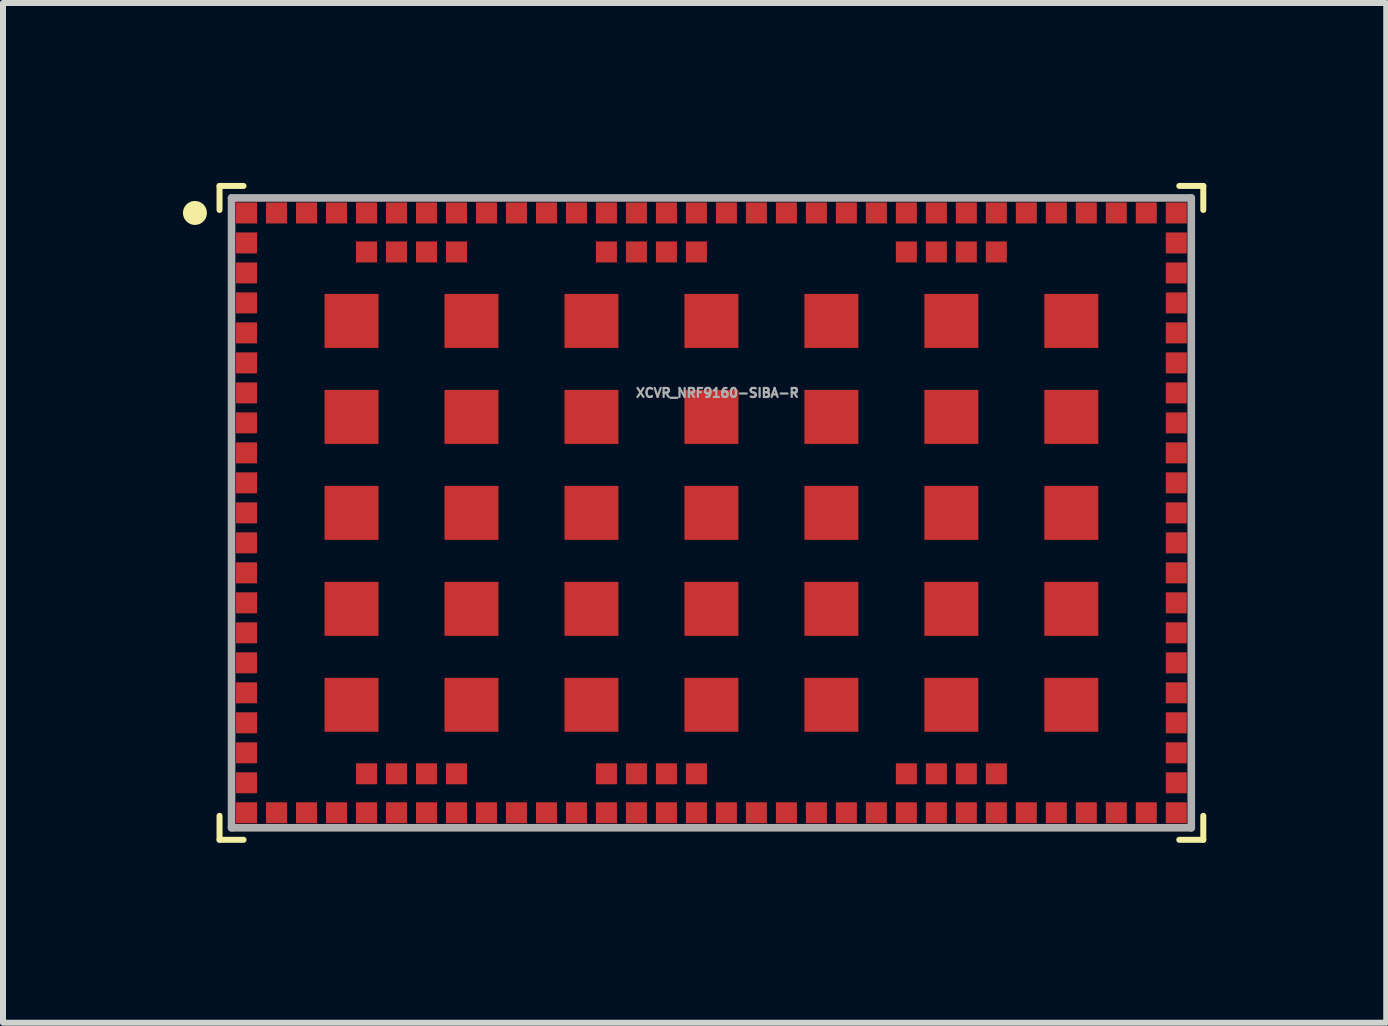
<source format=kicad_pcb>
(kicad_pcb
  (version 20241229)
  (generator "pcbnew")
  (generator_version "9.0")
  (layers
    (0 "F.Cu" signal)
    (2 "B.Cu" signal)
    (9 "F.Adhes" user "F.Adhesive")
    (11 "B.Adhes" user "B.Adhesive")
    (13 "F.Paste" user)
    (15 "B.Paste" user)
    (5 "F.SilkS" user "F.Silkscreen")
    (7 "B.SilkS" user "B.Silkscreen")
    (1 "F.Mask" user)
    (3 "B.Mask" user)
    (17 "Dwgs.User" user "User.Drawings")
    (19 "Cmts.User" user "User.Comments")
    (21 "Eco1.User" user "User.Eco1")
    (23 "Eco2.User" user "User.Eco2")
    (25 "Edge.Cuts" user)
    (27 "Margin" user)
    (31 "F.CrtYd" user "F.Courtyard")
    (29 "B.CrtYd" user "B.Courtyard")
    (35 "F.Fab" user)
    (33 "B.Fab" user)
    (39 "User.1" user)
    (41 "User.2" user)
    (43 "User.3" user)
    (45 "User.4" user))
  (footprint "XCVR_NRF9160-SIBA-R"
    (layer "F.Cu")
    (at 8.81 5.5)
    (property "Reference" "XCVR_NRF9160-SIBA-R" (at 0.1 -2 0) (layer "F.Fab") (effects (font (size 0.15 0.15) (thickness 0.037))))
    (attr smd)
    (fp_line (start -8.2 -5.45) (end -7.8 -5.45) (stroke (width 0.1) (type solid)) (layer "F.SilkS"))
    (fp_line (start -8.2 -5.05) (end -8.2 -5.45) (stroke (width 0.1) (type solid)) (layer "F.SilkS"))
    (fp_line (start -8.2 5.05) (end -8.2 5.45) (stroke (width 0.1) (type solid)) (layer "F.SilkS"))
    (fp_line (start -8.2 5.45) (end -7.8 5.45) (stroke (width 0.1) (type solid)) (layer "F.SilkS"))
    (fp_line (start 7.8 -5.45) (end 8.2 -5.45) (stroke (width 0.1) (type solid)) (layer "F.SilkS"))
    (fp_line (start 8.2 -5.45) (end 8.2 -5.05) (stroke (width 0.1) (type solid)) (layer "F.SilkS"))
    (fp_line (start 8.2 5.05) (end 8.2 5.45) (stroke (width 0.1) (type solid)) (layer "F.SilkS"))
    (fp_line (start 8.2 5.45) (end 7.8 5.45) (stroke (width 0.1) (type solid)) (layer "F.SilkS"))
    (fp_circle (center -8.61 -5) (end -8.51 -5) (stroke (width 0.2) (type solid)) (fill no) (layer "F.SilkS"))
    (fp_circle (center -8.61 -5) (end -8.51 -5) (stroke (width 0.2) (type solid)) (fill no) (layer "Eco2.User"))
    (fp_line (start -8 -5.25) (end -8 5.25) (stroke (width 0.127) (type solid)) (layer "F.Fab"))
    (fp_line (start -8 5.25) (end 8 5.25) (stroke (width 0.127) (type solid)) (layer "F.Fab"))
    (fp_line (start 8 -5.25) (end -8 -5.25) (stroke (width 0.127) (type solid)) (layer "F.Fab"))
    (fp_line (start 8 5.25) (end 8 -5.25) (stroke (width 0.127) (type solid)) (layer "F.Fab"))
    (pad "1" smd rect (at -7.75 -5) (size 0.35 0.35) (layers "F.Cu" "F.Mask" "F.Paste"))
    (pad "2" smd rect (at -7.75 -4.5) (size 0.35 0.35) (layers "F.Cu" "F.Mask" "F.Paste"))
    (pad "3" smd rect (at -7.75 -4) (size 0.35 0.35) (layers "F.Cu" "F.Mask" "F.Paste"))
    (pad "4" smd rect (at -7.75 -3.5) (size 0.35 0.35) (layers "F.Cu" "F.Mask" "F.Paste"))
    (pad "5" smd rect (at -7.75 -3) (size 0.35 0.35) (layers "F.Cu" "F.Mask" "F.Paste"))
    (pad "6" smd rect (at -7.75 -2.5) (size 0.35 0.35) (layers "F.Cu" "F.Mask" "F.Paste"))
    (pad "7" smd rect (at -7.75 -2) (size 0.35 0.35) (layers "F.Cu" "F.Mask" "F.Paste"))
    (pad "8" smd rect (at -7.75 -1.5) (size 0.35 0.35) (layers "F.Cu" "F.Mask" "F.Paste"))
    (pad "9" smd rect (at -7.75 -1) (size 0.35 0.35) (layers "F.Cu" "F.Mask" "F.Paste"))
    (pad "10" smd rect (at -7.75 -0.5) (size 0.35 0.35) (layers "F.Cu" "F.Mask" "F.Paste"))
    (pad "11" smd rect (at -7.75 0) (size 0.35 0.35) (layers "F.Cu" "F.Mask" "F.Paste"))
    (pad "12" smd rect (at -7.75 0.5) (size 0.35 0.35) (layers "F.Cu" "F.Mask" "F.Paste"))
    (pad "13" smd rect (at -7.75 1) (size 0.35 0.35) (layers "F.Cu" "F.Mask" "F.Paste"))
    (pad "14" smd rect (at -7.75 1.5) (size 0.35 0.35) (layers "F.Cu" "F.Mask" "F.Paste"))
    (pad "15" smd rect (at -7.75 2) (size 0.35 0.35) (layers "F.Cu" "F.Mask" "F.Paste"))
    (pad "16" smd rect (at -7.75 2.5) (size 0.35 0.35) (layers "F.Cu" "F.Mask" "F.Paste"))
    (pad "17" smd rect (at -7.75 3) (size 0.35 0.35) (layers "F.Cu" "F.Mask" "F.Paste"))
    (pad "18" smd rect (at -7.75 3.5) (size 0.35 0.35) (layers "F.Cu" "F.Mask" "F.Paste"))
    (pad "19" smd rect (at -7.75 4) (size 0.35 0.35) (layers "F.Cu" "F.Mask" "F.Paste"))
    (pad "20" smd rect (at -7.75 4.5) (size 0.35 0.35) (layers "F.Cu" "F.Mask" "F.Paste"))
    (pad "21" smd rect (at -7.75 5) (size 0.35 0.35) (layers "F.Cu" "F.Mask" "F.Paste"))
    (pad "22" smd rect (at -7.25 5) (size 0.35 0.35) (layers "F.Cu" "F.Mask" "F.Paste"))
    (pad "23" smd rect (at -6.75 5) (size 0.35 0.35) (layers "F.Cu" "F.Mask" "F.Paste"))
    (pad "24" smd rect (at -6.25 5) (size 0.35 0.35) (layers "F.Cu" "F.Mask" "F.Paste"))
    (pad "25" smd rect (at -5.75 5) (size 0.35 0.35) (layers "F.Cu" "F.Mask" "F.Paste"))
    (pad "26" smd rect (at -5.25 5) (size 0.35 0.35) (layers "F.Cu" "F.Mask" "F.Paste"))
    (pad "27" smd rect (at -4.75 5) (size 0.35 0.35) (layers "F.Cu" "F.Mask" "F.Paste"))
    (pad "28" smd rect (at -4.25 5) (size 0.35 0.35) (layers "F.Cu" "F.Mask" "F.Paste"))
    (pad "29" smd rect (at -3.75 5) (size 0.35 0.35) (layers "F.Cu" "F.Mask" "F.Paste"))
    (pad "30" smd rect (at -3.25 5) (size 0.35 0.35) (layers "F.Cu" "F.Mask" "F.Paste"))
    (pad "31" smd rect (at -2.75 5) (size 0.35 0.35) (layers "F.Cu" "F.Mask" "F.Paste"))
    (pad "32" smd rect (at -2.25 5) (size 0.35 0.35) (layers "F.Cu" "F.Mask" "F.Paste"))
    (pad "33" smd rect (at -1.75 5) (size 0.35 0.35) (layers "F.Cu" "F.Mask" "F.Paste"))
    (pad "34" smd rect (at -1.25 5) (size 0.35 0.35) (layers "F.Cu" "F.Mask" "F.Paste"))
    (pad "35" smd rect (at -0.75 5) (size 0.35 0.35) (layers "F.Cu" "F.Mask" "F.Paste"))
    (pad "36" smd rect (at -0.25 5) (size 0.35 0.35) (layers "F.Cu" "F.Mask" "F.Paste"))
    (pad "37" smd rect (at 0.25 5) (size 0.35 0.35) (layers "F.Cu" "F.Mask" "F.Paste"))
    (pad "38" smd rect (at 0.75 5) (size 0.35 0.35) (layers "F.Cu" "F.Mask" "F.Paste"))
    (pad "39" smd rect (at 1.25 5) (size 0.35 0.35) (layers "F.Cu" "F.Mask" "F.Paste"))
    (pad "40" smd rect (at 1.75 5) (size 0.35 0.35) (layers "F.Cu" "F.Mask" "F.Paste"))
    (pad "41" smd rect (at 2.25 5) (size 0.35 0.35) (layers "F.Cu" "F.Mask" "F.Paste"))
    (pad "42" smd rect (at 2.75 5) (size 0.35 0.35) (layers "F.Cu" "F.Mask" "F.Paste"))
    (pad "43" smd rect (at 3.25 5) (size 0.35 0.35) (layers "F.Cu" "F.Mask" "F.Paste"))
    (pad "44" smd rect (at 3.75 5) (size 0.35 0.35) (layers "F.Cu" "F.Mask" "F.Paste"))
    (pad "45" smd rect (at 4.25 5) (size 0.35 0.35) (layers "F.Cu" "F.Mask" "F.Paste"))
    (pad "46" smd rect (at 4.75 5) (size 0.35 0.35) (layers "F.Cu" "F.Mask" "F.Paste"))
    (pad "47" smd rect (at 5.25 5) (size 0.35 0.35) (layers "F.Cu" "F.Mask" "F.Paste"))
    (pad "48" smd rect (at 5.75 5) (size 0.35 0.35) (layers "F.Cu" "F.Mask" "F.Paste"))
    (pad "49" smd rect (at 6.25 5) (size 0.35 0.35) (layers "F.Cu" "F.Mask" "F.Paste"))
    (pad "50" smd rect (at 6.75 5) (size 0.35 0.35) (layers "F.Cu" "F.Mask" "F.Paste"))
    (pad "51" smd rect (at 7.25 5) (size 0.35 0.35) (layers "F.Cu" "F.Mask" "F.Paste"))
    (pad "52" smd rect (at 7.75 5) (size 0.35 0.35) (layers "F.Cu" "F.Mask" "F.Paste"))
    (pad "53" smd rect (at 7.75 4.5 180) (size 0.35 0.35) (layers "F.Cu" "F.Mask" "F.Paste"))
    (pad "54" smd rect (at 7.75 4 180) (size 0.35 0.35) (layers "F.Cu" "F.Mask" "F.Paste"))
    (pad "55" smd rect (at 7.75 3.5 180) (size 0.35 0.35) (layers "F.Cu" "F.Mask" "F.Paste"))
    (pad "56" smd rect (at 7.75 3 180) (size 0.35 0.35) (layers "F.Cu" "F.Mask" "F.Paste"))
    (pad "57" smd rect (at 7.75 2.5 180) (size 0.35 0.35) (layers "F.Cu" "F.Mask" "F.Paste"))
    (pad "58" smd rect (at 7.75 2 180) (size 0.35 0.35) (layers "F.Cu" "F.Mask" "F.Paste"))
    (pad "59" smd rect (at 7.75 1.5 180) (size 0.35 0.35) (layers "F.Cu" "F.Mask" "F.Paste"))
    (pad "60" smd rect (at 7.75 1 180) (size 0.35 0.35) (layers "F.Cu" "F.Mask" "F.Paste"))
    (pad "61" smd rect (at 7.75 0.5 180) (size 0.35 0.35) (layers "F.Cu" "F.Mask" "F.Paste"))
    (pad "62" smd rect (at 7.75 0 180) (size 0.35 0.35) (layers "F.Cu" "F.Mask" "F.Paste"))
    (pad "63" smd rect (at 7.75 -0.5 180) (size 0.35 0.35) (layers "F.Cu" "F.Mask" "F.Paste"))
    (pad "64" smd rect (at 7.75 -1 180) (size 0.35 0.35) (layers "F.Cu" "F.Mask" "F.Paste"))
    (pad "65" smd rect (at 7.75 -1.5 180) (size 0.35 0.35) (layers "F.Cu" "F.Mask" "F.Paste"))
    (pad "66" smd rect (at 7.75 -2 180) (size 0.35 0.35) (layers "F.Cu" "F.Mask" "F.Paste"))
    (pad "67" smd rect (at 7.75 -2.5 180) (size 0.35 0.35) (layers "F.Cu" "F.Mask" "F.Paste"))
    (pad "68" smd rect (at 7.75 -3 180) (size 0.35 0.35) (layers "F.Cu" "F.Mask" "F.Paste"))
    (pad "69" smd rect (at 7.75 -3.5 180) (size 0.35 0.35) (layers "F.Cu" "F.Mask" "F.Paste"))
    (pad "70" smd rect (at 7.75 -4 180) (size 0.35 0.35) (layers "F.Cu" "F.Mask" "F.Paste"))
    (pad "71" smd rect (at 7.75 -4.5 180) (size 0.35 0.35) (layers "F.Cu" "F.Mask" "F.Paste"))
    (pad "72" smd rect (at 7.75 -5 180) (size 0.35 0.35) (layers "F.Cu" "F.Mask" "F.Paste"))
    (pad "73" smd rect (at 7.25 -5 180) (size 0.35 0.35) (layers "F.Cu" "F.Mask" "F.Paste"))
    (pad "74" smd rect (at 6.75 -5 180) (size 0.35 0.35) (layers "F.Cu" "F.Mask" "F.Paste"))
    (pad "75" smd rect (at 6.25 -5 180) (size 0.35 0.35) (layers "F.Cu" "F.Mask" "F.Paste"))
    (pad "76" smd rect (at 5.75 -5 180) (size 0.35 0.35) (layers "F.Cu" "F.Mask" "F.Paste"))
    (pad "77" smd rect (at 5.25 -5 180) (size 0.35 0.35) (layers "F.Cu" "F.Mask" "F.Paste"))
    (pad "78" smd rect (at 4.75 -5 180) (size 0.35 0.35) (layers "F.Cu" "F.Mask" "F.Paste"))
    (pad "79" smd rect (at 4.25 -5 180) (size 0.35 0.35) (layers "F.Cu" "F.Mask" "F.Paste"))
    (pad "80" smd rect (at 3.75 -5 180) (size 0.35 0.35) (layers "F.Cu" "F.Mask" "F.Paste"))
    (pad "81" smd rect (at 3.25 -5 180) (size 0.35 0.35) (layers "F.Cu" "F.Mask" "F.Paste"))
    (pad "82" smd rect (at 2.75 -5 180) (size 0.35 0.35) (layers "F.Cu" "F.Mask" "F.Paste"))
    (pad "83" smd rect (at 2.25 -5 180) (size 0.35 0.35) (layers "F.Cu" "F.Mask" "F.Paste"))
    (pad "84" smd rect (at 1.75 -5 180) (size 0.35 0.35) (layers "F.Cu" "F.Mask" "F.Paste"))
    (pad "85" smd rect (at 1.25 -5 180) (size 0.35 0.35) (layers "F.Cu" "F.Mask" "F.Paste"))
    (pad "86" smd rect (at 0.75 -5 180) (size 0.35 0.35) (layers "F.Cu" "F.Mask" "F.Paste"))
    (pad "87" smd rect (at 0.25 -5 180) (size 0.35 0.35) (layers "F.Cu" "F.Mask" "F.Paste"))
    (pad "88" smd rect (at -0.25 -5 180) (size 0.35 0.35) (layers "F.Cu" "F.Mask" "F.Paste"))
    (pad "89" smd rect (at -0.75 -5 180) (size 0.35 0.35) (layers "F.Cu" "F.Mask" "F.Paste"))
    (pad "90" smd rect (at -1.25 -5 180) (size 0.35 0.35) (layers "F.Cu" "F.Mask" "F.Paste"))
    (pad "91" smd rect (at -1.75 -5 180) (size 0.35 0.35) (layers "F.Cu" "F.Mask" "F.Paste"))
    (pad "92" smd rect (at -2.25 -5 180) (size 0.35 0.35) (layers "F.Cu" "F.Mask" "F.Paste"))
    (pad "93" smd rect (at -2.75 -5 180) (size 0.35 0.35) (layers "F.Cu" "F.Mask" "F.Paste"))
    (pad "94" smd rect (at -3.25 -5 180) (size 0.35 0.35) (layers "F.Cu" "F.Mask" "F.Paste"))
    (pad "95" smd rect (at -3.75 -5 180) (size 0.35 0.35) (layers "F.Cu" "F.Mask" "F.Paste"))
    (pad "96" smd rect (at -4.25 -5 180) (size 0.35 0.35) (layers "F.Cu" "F.Mask" "F.Paste"))
    (pad "97" smd rect (at -4.75 -5 180) (size 0.35 0.35) (layers "F.Cu" "F.Mask" "F.Paste"))
    (pad "98" smd rect (at -5.25 -5 180) (size 0.35 0.35) (layers "F.Cu" "F.Mask" "F.Paste"))
    (pad "99" smd rect (at -5.75 -5 180) (size 0.35 0.35) (layers "F.Cu" "F.Mask" "F.Paste"))
    (pad "100" smd rect (at -6.25 -5 180) (size 0.35 0.35) (layers "F.Cu" "F.Mask" "F.Paste"))
    (pad "101" smd rect (at -6.75 -5 180) (size 0.35 0.35) (layers "F.Cu" "F.Mask" "F.Paste"))
    (pad "102" smd rect (at -7.25 -5 180) (size 0.35 0.35) (layers "F.Cu" "F.Mask" "F.Paste"))
    (pad "103_1" smd rect (at -6 3.2) (size 0.9 0.9) (layers "F.Cu" "F.Mask" "F.Paste"))
    (pad "103_2" smd rect (at -6 1.6) (size 0.9 0.9) (layers "F.Cu" "F.Mask" "F.Paste"))
    (pad "103_3" smd rect (at -6 0) (size 0.9 0.9) (layers "F.Cu" "F.Mask" "F.Paste"))
    (pad "103_4" smd rect (at -6 -1.6) (size 0.9 0.9) (layers "F.Cu" "F.Mask" "F.Paste"))
    (pad "103_5" smd rect (at -6 -3.2) (size 0.9 0.9) (layers "F.Cu" "F.Mask" "F.Paste"))
    (pad "103_6" smd rect (at -4 3.2) (size 0.9 0.9) (layers "F.Cu" "F.Mask" "F.Paste"))
    (pad "103_7" smd rect (at -4 1.6) (size 0.9 0.9) (layers "F.Cu" "F.Mask" "F.Paste"))
    (pad "103_8" smd rect (at -4 0) (size 0.9 0.9) (layers "F.Cu" "F.Mask" "F.Paste"))
    (pad "103_9" smd rect (at -4 -1.6) (size 0.9 0.9) (layers "F.Cu" "F.Mask" "F.Paste"))
    (pad "103_10" smd rect (at -4 -3.2) (size 0.9 0.9) (layers "F.Cu" "F.Mask" "F.Paste"))
    (pad "103_11" smd rect (at -2 3.2) (size 0.9 0.9) (layers "F.Cu" "F.Mask" "F.Paste"))
    (pad "103_12" smd rect (at -2 1.6) (size 0.9 0.9) (layers "F.Cu" "F.Mask" "F.Paste"))
    (pad "103_13" smd rect (at -2 0) (size 0.9 0.9) (layers "F.Cu" "F.Mask" "F.Paste"))
    (pad "103_14" smd rect (at -2 -1.6) (size 0.9 0.9) (layers "F.Cu" "F.Mask" "F.Paste"))
    (pad "103_15" smd rect (at -2 -3.2) (size 0.9 0.9) (layers "F.Cu" "F.Mask" "F.Paste"))
    (pad "103_16" smd rect (at 0 3.2) (size 0.9 0.9) (layers "F.Cu" "F.Mask" "F.Paste"))
    (pad "103_17" smd rect (at 0 1.6) (size 0.9 0.9) (layers "F.Cu" "F.Mask" "F.Paste"))
    (pad "103_18" smd rect (at 0 0) (size 0.9 0.9) (layers "F.Cu" "F.Mask" "F.Paste"))
    (pad "103_19" smd rect (at 0 -1.6) (size 0.9 0.9) (layers "F.Cu" "F.Mask" "F.Paste"))
    (pad "103_20" smd rect (at 0 -3.2) (size 0.9 0.9) (layers "F.Cu" "F.Mask" "F.Paste"))
    (pad "103_21" smd rect (at 2 3.2) (size 0.9 0.9) (layers "F.Cu" "F.Mask" "F.Paste"))
    (pad "103_22" smd rect (at 2 1.6) (size 0.9 0.9) (layers "F.Cu" "F.Mask" "F.Paste"))
    (pad "103_23" smd rect (at 2 0) (size 0.9 0.9) (layers "F.Cu" "F.Mask" "F.Paste"))
    (pad "103_24" smd rect (at 2 -1.6) (size 0.9 0.9) (layers "F.Cu" "F.Mask" "F.Paste"))
    (pad "103_25" smd rect (at 2 -3.2) (size 0.9 0.9) (layers "F.Cu" "F.Mask" "F.Paste"))
    (pad "103_26" smd rect (at 4 3.2) (size 0.9 0.9) (layers "F.Cu" "F.Mask" "F.Paste"))
    (pad "103_27" smd rect (at 4 1.6) (size 0.9 0.9) (layers "F.Cu" "F.Mask" "F.Paste"))
    (pad "103_28" smd rect (at 4 0) (size 0.9 0.9) (layers "F.Cu" "F.Mask" "F.Paste"))
    (pad "103_29" smd rect (at 4 -1.6) (size 0.9 0.9) (layers "F.Cu" "F.Mask" "F.Paste"))
    (pad "103_30" smd rect (at 4 -3.2) (size 0.9 0.9) (layers "F.Cu" "F.Mask" "F.Paste"))
    (pad "103_31" smd rect (at 6 3.2) (size 0.9 0.9) (layers "F.Cu" "F.Mask" "F.Paste"))
    (pad "103_32" smd rect (at 6 1.6) (size 0.9 0.9) (layers "F.Cu" "F.Mask" "F.Paste"))
    (pad "103_33" smd rect (at 6 0) (size 0.9 0.9) (layers "F.Cu" "F.Mask" "F.Paste"))
    (pad "103_34" smd rect (at 6 -1.6) (size 0.9 0.9) (layers "F.Cu" "F.Mask" "F.Paste"))
    (pad "103_35" smd rect (at 6 -3.2) (size 0.9 0.9) (layers "F.Cu" "F.Mask" "F.Paste"))
    (pad "104" smd rect (at -5.75 4.35) (size 0.35 0.35) (layers "F.Cu" "F.Mask" "F.Paste"))
    (pad "105" smd rect (at -5.25 4.35) (size 0.35 0.35) (layers "F.Cu" "F.Mask" "F.Paste"))
    (pad "106" smd rect (at -4.75 4.35) (size 0.35 0.35) (layers "F.Cu" "F.Mask" "F.Paste"))
    (pad "107" smd rect (at -4.25 4.35) (size 0.35 0.35) (layers "F.Cu" "F.Mask" "F.Paste"))
    (pad "108" smd rect (at -1.75 4.35) (size 0.35 0.35) (layers "F.Cu" "F.Mask" "F.Paste"))
    (pad "109" smd rect (at -1.25 4.35) (size 0.35 0.35) (layers "F.Cu" "F.Mask" "F.Paste"))
    (pad "110" smd rect (at -0.75 4.35) (size 0.35 0.35) (layers "F.Cu" "F.Mask" "F.Paste"))
    (pad "111" smd rect (at -0.25 4.35) (size 0.35 0.35) (layers "F.Cu" "F.Mask" "F.Paste"))
    (pad "112" smd rect (at 3.25 4.35) (size 0.35 0.35) (layers "F.Cu" "F.Mask" "F.Paste"))
    (pad "113" smd rect (at 3.75 4.35) (size 0.35 0.35) (layers "F.Cu" "F.Mask" "F.Paste"))
    (pad "114" smd rect (at 4.25 4.35) (size 0.35 0.35) (layers "F.Cu" "F.Mask" "F.Paste"))
    (pad "115" smd rect (at 4.75 4.35) (size 0.35 0.35) (layers "F.Cu" "F.Mask" "F.Paste"))
    (pad "116" smd rect (at 4.75 -4.35) (size 0.35 0.35) (layers "F.Cu" "F.Mask" "F.Paste"))
    (pad "117" smd rect (at 4.25 -4.35) (size 0.35 0.35) (layers "F.Cu" "F.Mask" "F.Paste"))
    (pad "118" smd rect (at 3.75 -4.35) (size 0.35 0.35) (layers "F.Cu" "F.Mask" "F.Paste"))
    (pad "119" smd rect (at 3.25 -4.35) (size 0.35 0.35) (layers "F.Cu" "F.Mask" "F.Paste"))
    (pad "120" smd rect (at -0.25 -4.35) (size 0.35 0.35) (layers "F.Cu" "F.Mask" "F.Paste"))
    (pad "121" smd rect (at -0.75 -4.35) (size 0.35 0.35) (layers "F.Cu" "F.Mask" "F.Paste"))
    (pad "122" smd rect (at -1.25 -4.35) (size 0.35 0.35) (layers "F.Cu" "F.Mask" "F.Paste"))
    (pad "123" smd rect (at -1.75 -4.35) (size 0.35 0.35) (layers "F.Cu" "F.Mask" "F.Paste"))
    (pad "124" smd rect (at -4.25 -4.35) (size 0.35 0.35) (layers "F.Cu" "F.Mask" "F.Paste"))
    (pad "125" smd rect (at -4.75 -4.35) (size 0.35 0.35) (layers "F.Cu" "F.Mask" "F.Paste"))
    (pad "126" smd rect (at -5.25 -4.35) (size 0.35 0.35) (layers "F.Cu" "F.Mask" "F.Paste"))
    (pad "127" smd rect (at -5.75 -4.35) (size 0.35 0.35) (layers "F.Cu" "F.Mask" "F.Paste")))
  (gr_rect
    (start -3 -3)
    (end 20.06 14)
    (stroke (width 0.1) (type default))
    (fill no)
    (layer "Edge.Cuts")))
</source>
